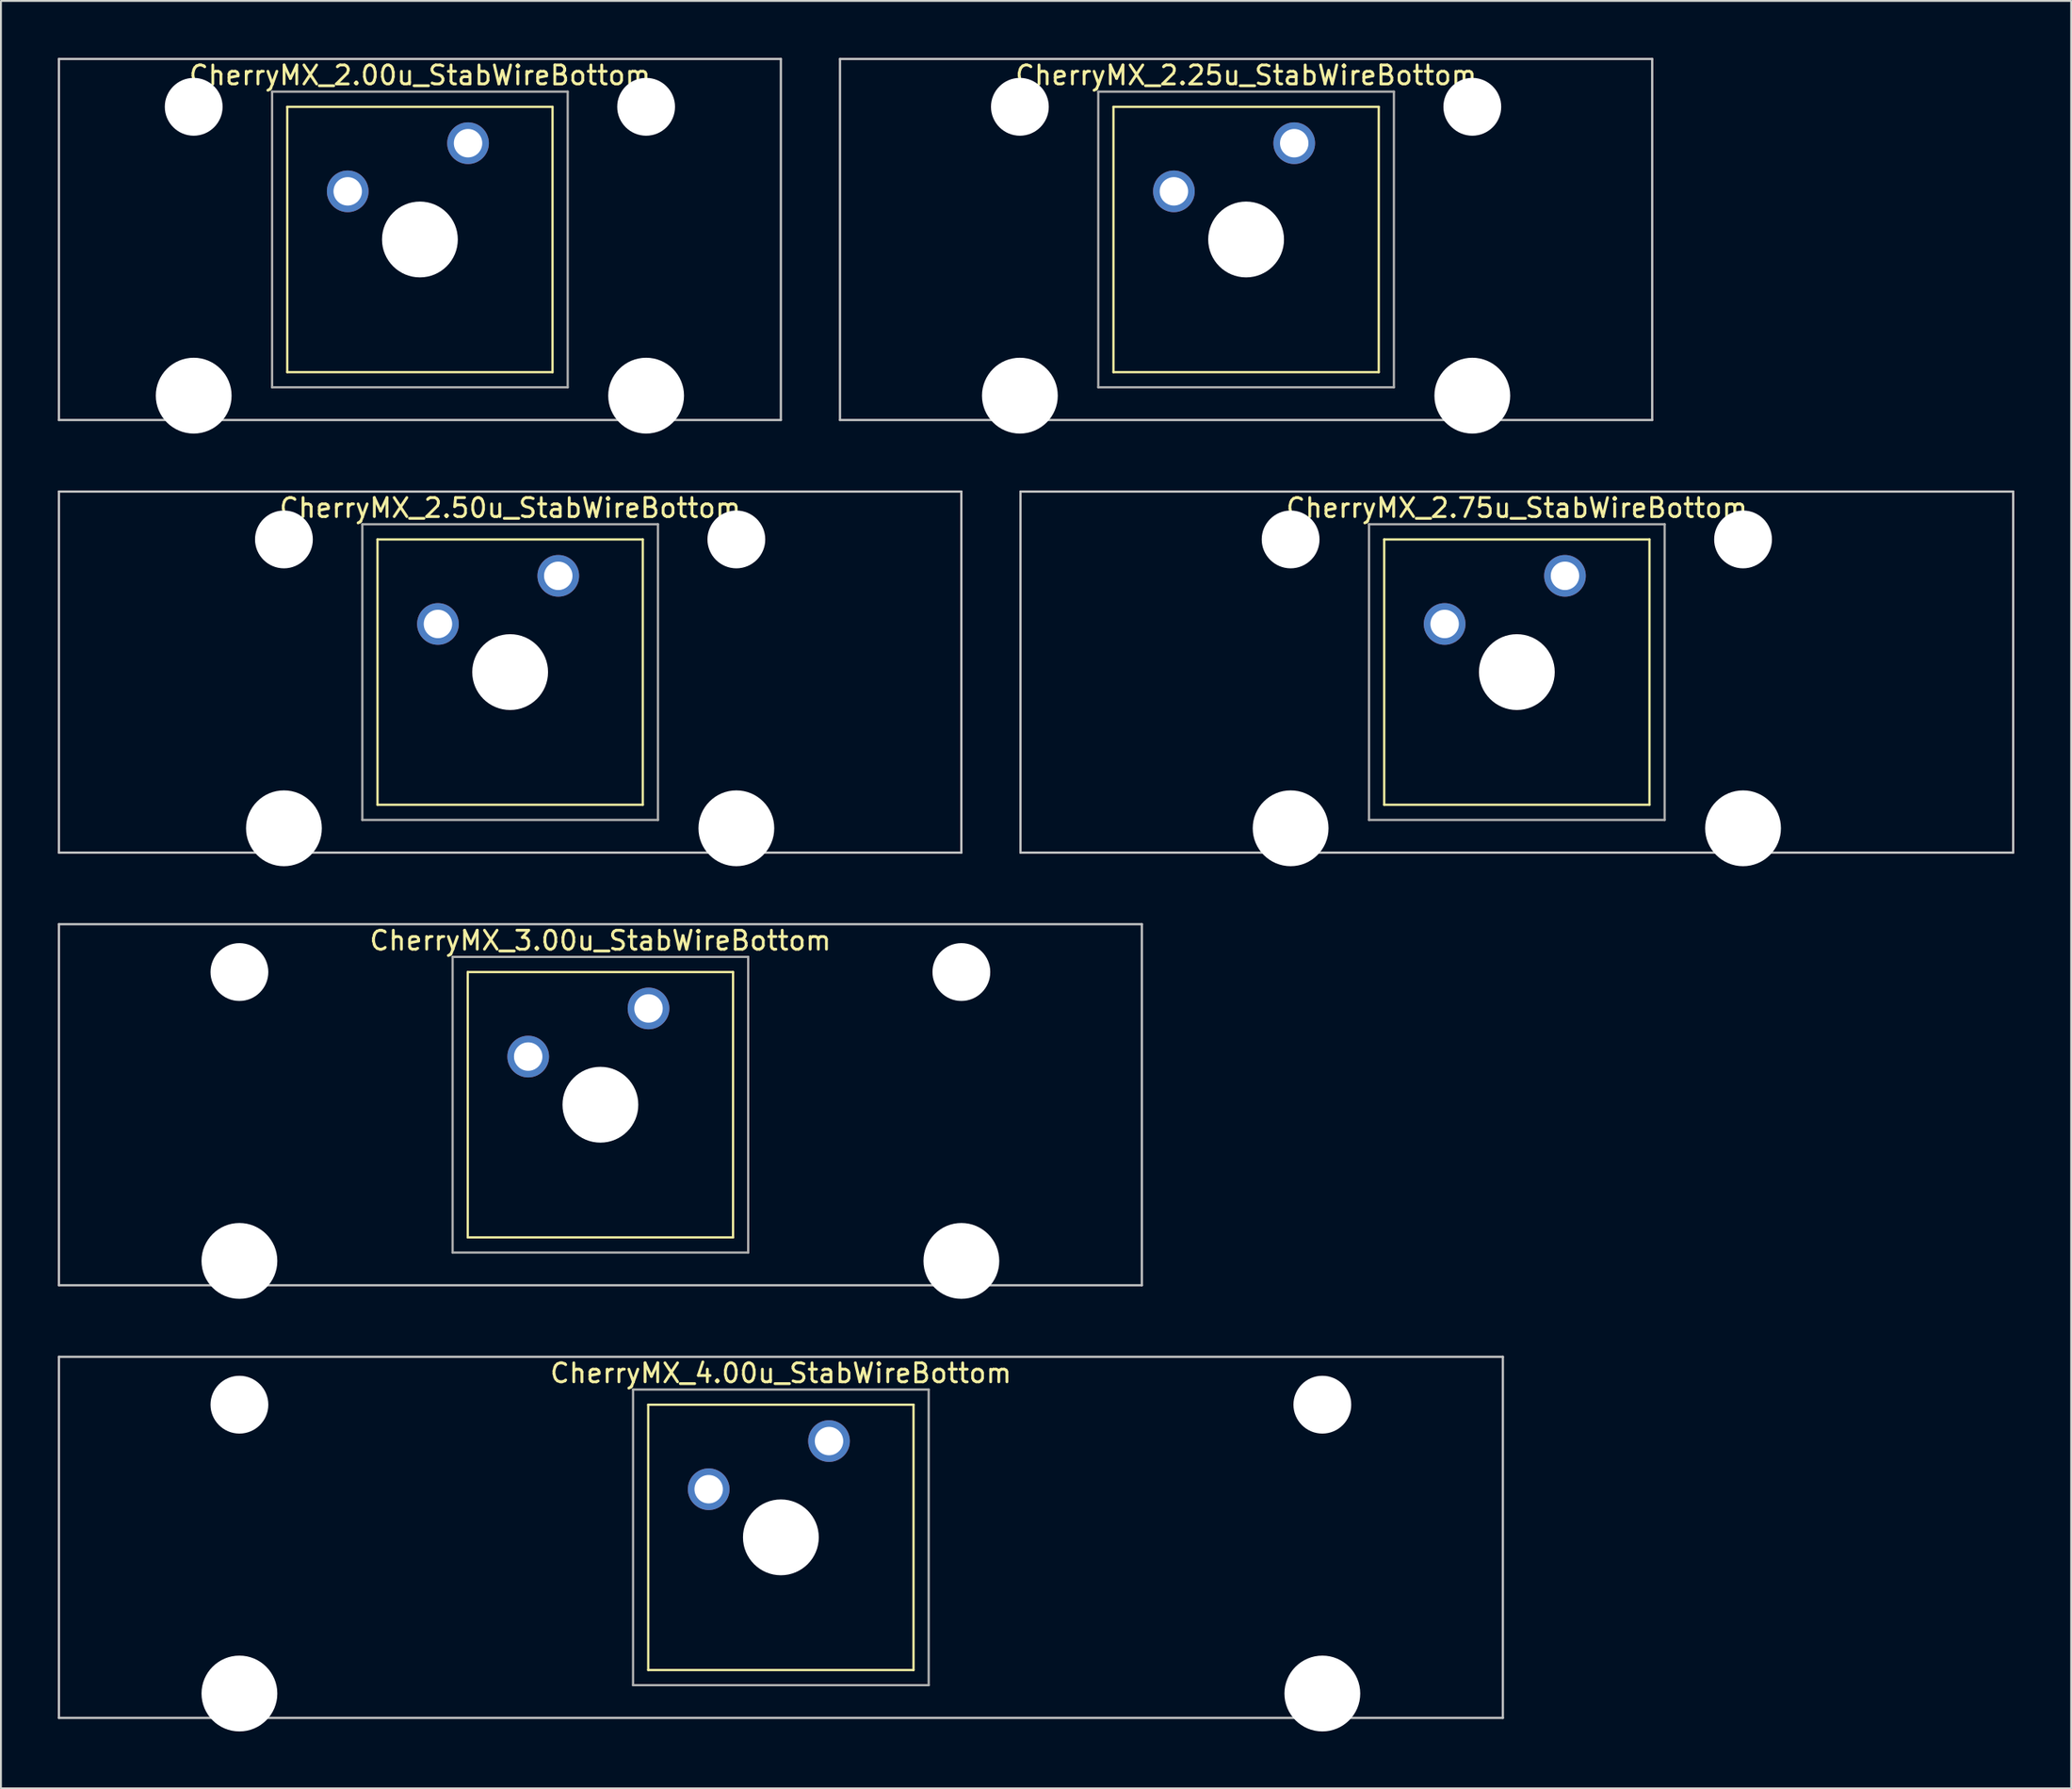
<source format=kicad_pcb>
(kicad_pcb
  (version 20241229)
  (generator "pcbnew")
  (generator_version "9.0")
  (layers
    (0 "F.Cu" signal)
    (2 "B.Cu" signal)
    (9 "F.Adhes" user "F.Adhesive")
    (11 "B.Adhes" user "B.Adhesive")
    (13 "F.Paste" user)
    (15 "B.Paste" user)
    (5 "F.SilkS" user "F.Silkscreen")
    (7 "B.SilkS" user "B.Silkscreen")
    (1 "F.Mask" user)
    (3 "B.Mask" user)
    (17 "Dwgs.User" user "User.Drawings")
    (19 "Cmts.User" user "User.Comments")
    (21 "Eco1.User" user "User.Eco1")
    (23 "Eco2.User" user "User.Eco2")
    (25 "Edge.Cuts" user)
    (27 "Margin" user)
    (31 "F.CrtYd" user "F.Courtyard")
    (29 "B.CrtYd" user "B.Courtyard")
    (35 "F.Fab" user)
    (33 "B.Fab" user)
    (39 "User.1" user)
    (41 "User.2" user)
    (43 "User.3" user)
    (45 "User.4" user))
  (footprint "CherryMX_3.00u_StabWireBottom"
    (layer "F.Cu")
    (at 28.635 55.235)
    (property "Reference" "CherryMX_3.00u_StabWireBottom" (at 0 -8.662 0) (layer "F.SilkS") (effects (font (size 1 1) (thickness 0.15))))
    (attr through_hole)
    (fp_line (start -7 -7) (end -7 7) (stroke (width 0.12) (type solid)) (layer "F.SilkS"))
    (fp_line (start -7 -7) (end 7 -7) (stroke (width 0.12) (type solid)) (layer "F.SilkS"))
    (fp_line (start 7 -7) (end 7 7) (stroke (width 0.12) (type solid)) (layer "F.SilkS"))
    (fp_line (start 7 7) (end -7 7) (stroke (width 0.12) (type solid)) (layer "F.SilkS"))
    (fp_line (start -28.575 -9.525) (end 28.575 -9.525) (stroke (width 0.12) (type solid)) (layer "Dwgs.User"))
    (fp_line (start -28.575 9.525) (end -28.575 -9.525) (stroke (width 0.12) (type solid)) (layer "Dwgs.User"))
    (fp_line (start 28.575 -9.525) (end 28.575 9.525) (stroke (width 0.12) (type solid)) (layer "Dwgs.User"))
    (fp_line (start 28.575 9.525) (end -28.575 9.525) (stroke (width 0.12) (type solid)) (layer "Dwgs.User"))
    (fp_line (start -7.8 -7.8) (end -7.8 7.8) (stroke (width 0.12) (type solid)) (layer "F.Fab"))
    (fp_line (start -7.8 -7.8) (end 7.8 -7.8) (stroke (width 0.12) (type solid)) (layer "F.Fab"))
    (fp_line (start -7.8 7.8) (end 7.8 7.8) (stroke (width 0.12) (type solid)) (layer "F.Fab"))
    (fp_line (start 7.8 -7.8) (end 7.8 7.8) (stroke (width 0.12) (type solid)) (layer "F.Fab"))
    (pad "" np_thru_hole circle (at -19.05 -7) (size 3.05 3.05) (drill 3.05) (layers "*.Cu" "*.Mask"))
    (pad "" np_thru_hole circle (at -19.05 8.24) (size 4 4) (drill 4) (layers "*.Cu" "*.Mask"))
    (pad "" np_thru_hole circle (at 0 0) (size 4 4) (drill 4) (layers "*.Cu" "*.Mask"))
    (pad "" np_thru_hole circle (at 19.05 -7) (size 3.05 3.05) (drill 3.05) (layers "*.Cu" "*.Mask"))
    (pad "" np_thru_hole circle (at 19.05 8.24) (size 4 4) (drill 4) (layers "*.Cu" "*.Mask"))
    (pad "1" thru_hole circle (at -3.81 -2.54) (size 2.2 2.2) (drill 1.5) (layers "*.Cu" "*.Mask"))
    (pad "2" thru_hole circle (at 2.54 -5.08) (size 2.2 2.2) (drill 1.5) (layers "*.Cu" "*.Mask")))
  (footprint "CherryMX_2.25u_StabWireBottom"
    (layer "F.Cu")
    (at 62.711 9.585)
    (property "Reference" "CherryMX_2.25u_StabWireBottom" (at 0 -8.662 0) (layer "F.SilkS") (effects (font (size 1 1) (thickness 0.15))))
    (attr through_hole)
    (fp_line (start -7 -7) (end -7 7) (stroke (width 0.12) (type solid)) (layer "F.SilkS"))
    (fp_line (start -7 -7) (end 7 -7) (stroke (width 0.12) (type solid)) (layer "F.SilkS"))
    (fp_line (start 7 -7) (end 7 7) (stroke (width 0.12) (type solid)) (layer "F.SilkS"))
    (fp_line (start 7 7) (end -7 7) (stroke (width 0.12) (type solid)) (layer "F.SilkS"))
    (fp_line (start -21.431 -9.525) (end 21.431 -9.525) (stroke (width 0.12) (type solid)) (layer "Dwgs.User"))
    (fp_line (start -21.431 9.525) (end -21.431 -9.525) (stroke (width 0.12) (type solid)) (layer "Dwgs.User"))
    (fp_line (start 21.431 -9.525) (end 21.431 9.525) (stroke (width 0.12) (type solid)) (layer "Dwgs.User"))
    (fp_line (start 21.431 9.525) (end -21.431 9.525) (stroke (width 0.12) (type solid)) (layer "Dwgs.User"))
    (fp_line (start -7.8 -7.8) (end -7.8 7.8) (stroke (width 0.12) (type solid)) (layer "F.Fab"))
    (fp_line (start -7.8 -7.8) (end 7.8 -7.8) (stroke (width 0.12) (type solid)) (layer "F.Fab"))
    (fp_line (start -7.8 7.8) (end 7.8 7.8) (stroke (width 0.12) (type solid)) (layer "F.Fab"))
    (fp_line (start 7.8 -7.8) (end 7.8 7.8) (stroke (width 0.12) (type solid)) (layer "F.Fab"))
    (pad "" np_thru_hole circle (at -11.938 -7) (size 3.05 3.05) (drill 3.05) (layers "*.Cu" "*.Mask"))
    (pad "" np_thru_hole circle (at -11.938 8.24) (size 4 4) (drill 4) (layers "*.Cu" "*.Mask"))
    (pad "" np_thru_hole circle (at 0 0) (size 4 4) (drill 4) (layers "*.Cu" "*.Mask"))
    (pad "" np_thru_hole circle (at 11.938 -7) (size 3.05 3.05) (drill 3.05) (layers "*.Cu" "*.Mask"))
    (pad "" np_thru_hole circle (at 11.938 8.24) (size 4 4) (drill 4) (layers "*.Cu" "*.Mask"))
    (pad "1" thru_hole circle (at -3.81 -2.54) (size 2.2 2.2) (drill 1.5) (layers "*.Cu" "*.Mask"))
    (pad "2" thru_hole circle (at 2.54 -5.08) (size 2.2 2.2) (drill 1.5) (layers "*.Cu" "*.Mask")))
  (footprint "CherryMX_4.00u_StabWireBottom"
    (layer "F.Cu")
    (at 38.16 78.06)
    (property "Reference" "CherryMX_4.00u_StabWireBottom" (at 0 -8.662 0) (layer "F.SilkS") (effects (font (size 1 1) (thickness 0.15))))
    (attr through_hole)
    (fp_line (start -7 -7) (end -7 7) (stroke (width 0.12) (type solid)) (layer "F.SilkS"))
    (fp_line (start -7 -7) (end 7 -7) (stroke (width 0.12) (type solid)) (layer "F.SilkS"))
    (fp_line (start 7 -7) (end 7 7) (stroke (width 0.12) (type solid)) (layer "F.SilkS"))
    (fp_line (start 7 7) (end -7 7) (stroke (width 0.12) (type solid)) (layer "F.SilkS"))
    (fp_line (start -38.1 -9.525) (end 38.1 -9.525) (stroke (width 0.12) (type solid)) (layer "Dwgs.User"))
    (fp_line (start -38.1 9.525) (end -38.1 -9.525) (stroke (width 0.12) (type solid)) (layer "Dwgs.User"))
    (fp_line (start 38.1 -9.525) (end 38.1 9.525) (stroke (width 0.12) (type solid)) (layer "Dwgs.User"))
    (fp_line (start 38.1 9.525) (end -38.1 9.525) (stroke (width 0.12) (type solid)) (layer "Dwgs.User"))
    (fp_line (start -7.8 -7.8) (end -7.8 7.8) (stroke (width 0.12) (type solid)) (layer "F.Fab"))
    (fp_line (start -7.8 -7.8) (end 7.8 -7.8) (stroke (width 0.12) (type solid)) (layer "F.Fab"))
    (fp_line (start -7.8 7.8) (end 7.8 7.8) (stroke (width 0.12) (type solid)) (layer "F.Fab"))
    (fp_line (start 7.8 -7.8) (end 7.8 7.8) (stroke (width 0.12) (type solid)) (layer "F.Fab"))
    (pad "" np_thru_hole circle (at -28.575 -7) (size 3.05 3.05) (drill 3.05) (layers "*.Cu" "*.Mask"))
    (pad "" np_thru_hole circle (at -28.575 8.24) (size 4 4) (drill 4) (layers "*.Cu" "*.Mask"))
    (pad "" np_thru_hole circle (at 0 0) (size 4 4) (drill 4) (layers "*.Cu" "*.Mask"))
    (pad "" np_thru_hole circle (at 28.575 -7) (size 3.05 3.05) (drill 3.05) (layers "*.Cu" "*.Mask"))
    (pad "" np_thru_hole circle (at 28.575 8.24) (size 4 4) (drill 4) (layers "*.Cu" "*.Mask"))
    (pad "1" thru_hole circle (at -3.81 -2.54) (size 2.2 2.2) (drill 1.5) (layers "*.Cu" "*.Mask"))
    (pad "2" thru_hole circle (at 2.54 -5.08) (size 2.2 2.2) (drill 1.5) (layers "*.Cu" "*.Mask")))
  (footprint "CherryMX_2.75u_StabWireBottom"
    (layer "F.Cu")
    (at 76.999 32.41)
    (property "Reference" "CherryMX_2.75u_StabWireBottom" (at 0 -8.662 0) (layer "F.SilkS") (effects (font (size 1 1) (thickness 0.15))))
    (attr through_hole)
    (fp_line (start -7 -7) (end -7 7) (stroke (width 0.12) (type solid)) (layer "F.SilkS"))
    (fp_line (start -7 -7) (end 7 -7) (stroke (width 0.12) (type solid)) (layer "F.SilkS"))
    (fp_line (start 7 -7) (end 7 7) (stroke (width 0.12) (type solid)) (layer "F.SilkS"))
    (fp_line (start 7 7) (end -7 7) (stroke (width 0.12) (type solid)) (layer "F.SilkS"))
    (fp_line (start -26.194 -9.525) (end 26.194 -9.525) (stroke (width 0.12) (type solid)) (layer "Dwgs.User"))
    (fp_line (start -26.194 9.525) (end -26.194 -9.525) (stroke (width 0.12) (type solid)) (layer "Dwgs.User"))
    (fp_line (start 26.194 -9.525) (end 26.194 9.525) (stroke (width 0.12) (type solid)) (layer "Dwgs.User"))
    (fp_line (start 26.194 9.525) (end -26.194 9.525) (stroke (width 0.12) (type solid)) (layer "Dwgs.User"))
    (fp_line (start -7.8 -7.8) (end -7.8 7.8) (stroke (width 0.12) (type solid)) (layer "F.Fab"))
    (fp_line (start -7.8 -7.8) (end 7.8 -7.8) (stroke (width 0.12) (type solid)) (layer "F.Fab"))
    (fp_line (start -7.8 7.8) (end 7.8 7.8) (stroke (width 0.12) (type solid)) (layer "F.Fab"))
    (fp_line (start 7.8 -7.8) (end 7.8 7.8) (stroke (width 0.12) (type solid)) (layer "F.Fab"))
    (pad "" np_thru_hole circle (at -11.938 -7) (size 3.05 3.05) (drill 3.05) (layers "*.Cu" "*.Mask"))
    (pad "" np_thru_hole circle (at -11.938 8.24) (size 4 4) (drill 4) (layers "*.Cu" "*.Mask"))
    (pad "" np_thru_hole circle (at 0 0) (size 4 4) (drill 4) (layers "*.Cu" "*.Mask"))
    (pad "" np_thru_hole circle (at 11.938 -7) (size 3.05 3.05) (drill 3.05) (layers "*.Cu" "*.Mask"))
    (pad "" np_thru_hole circle (at 11.938 8.24) (size 4 4) (drill 4) (layers "*.Cu" "*.Mask"))
    (pad "1" thru_hole circle (at -3.81 -2.54) (size 2.2 2.2) (drill 1.5) (layers "*.Cu" "*.Mask"))
    (pad "2" thru_hole circle (at 2.54 -5.08) (size 2.2 2.2) (drill 1.5) (layers "*.Cu" "*.Mask")))
  (footprint "CherryMX_2.50u_StabWireBottom"
    (layer "F.Cu")
    (at 23.872 32.41)
    (property "Reference" "CherryMX_2.50u_StabWireBottom" (at 0 -8.662 0) (layer "F.SilkS") (effects (font (size 1 1) (thickness 0.15))))
    (attr through_hole)
    (fp_line (start -7 -7) (end -7 7) (stroke (width 0.12) (type solid)) (layer "F.SilkS"))
    (fp_line (start -7 -7) (end 7 -7) (stroke (width 0.12) (type solid)) (layer "F.SilkS"))
    (fp_line (start 7 -7) (end 7 7) (stroke (width 0.12) (type solid)) (layer "F.SilkS"))
    (fp_line (start 7 7) (end -7 7) (stroke (width 0.12) (type solid)) (layer "F.SilkS"))
    (fp_line (start -23.812 -9.525) (end 23.812 -9.525) (stroke (width 0.12) (type solid)) (layer "Dwgs.User"))
    (fp_line (start -23.812 9.525) (end -23.812 -9.525) (stroke (width 0.12) (type solid)) (layer "Dwgs.User"))
    (fp_line (start 23.812 -9.525) (end 23.812 9.525) (stroke (width 0.12) (type solid)) (layer "Dwgs.User"))
    (fp_line (start 23.812 9.525) (end -23.812 9.525) (stroke (width 0.12) (type solid)) (layer "Dwgs.User"))
    (fp_line (start -7.8 -7.8) (end -7.8 7.8) (stroke (width 0.12) (type solid)) (layer "F.Fab"))
    (fp_line (start -7.8 -7.8) (end 7.8 -7.8) (stroke (width 0.12) (type solid)) (layer "F.Fab"))
    (fp_line (start -7.8 7.8) (end 7.8 7.8) (stroke (width 0.12) (type solid)) (layer "F.Fab"))
    (fp_line (start 7.8 -7.8) (end 7.8 7.8) (stroke (width 0.12) (type solid)) (layer "F.Fab"))
    (pad "" np_thru_hole circle (at -11.938 -7) (size 3.05 3.05) (drill 3.05) (layers "*.Cu" "*.Mask"))
    (pad "" np_thru_hole circle (at -11.938 8.24) (size 4 4) (drill 4) (layers "*.Cu" "*.Mask"))
    (pad "" np_thru_hole circle (at 0 0) (size 4 4) (drill 4) (layers "*.Cu" "*.Mask"))
    (pad "" np_thru_hole circle (at 11.938 -7) (size 3.05 3.05) (drill 3.05) (layers "*.Cu" "*.Mask"))
    (pad "" np_thru_hole circle (at 11.938 8.24) (size 4 4) (drill 4) (layers "*.Cu" "*.Mask"))
    (pad "1" thru_hole circle (at -3.81 -2.54) (size 2.2 2.2) (drill 1.5) (layers "*.Cu" "*.Mask"))
    (pad "2" thru_hole circle (at 2.54 -5.08) (size 2.2 2.2) (drill 1.5) (layers "*.Cu" "*.Mask")))
  (footprint "CherryMX_2.00u_StabWireBottom"
    (layer "F.Cu")
    (at 19.11 9.585)
    (property "Reference" "CherryMX_2.00u_StabWireBottom" (at 0 -8.662 0) (layer "F.SilkS") (effects (font (size 1 1) (thickness 0.15))))
    (attr through_hole)
    (fp_line (start -7 -7) (end -7 7) (stroke (width 0.12) (type solid)) (layer "F.SilkS"))
    (fp_line (start -7 -7) (end 7 -7) (stroke (width 0.12) (type solid)) (layer "F.SilkS"))
    (fp_line (start 7 -7) (end 7 7) (stroke (width 0.12) (type solid)) (layer "F.SilkS"))
    (fp_line (start 7 7) (end -7 7) (stroke (width 0.12) (type solid)) (layer "F.SilkS"))
    (fp_line (start -19.05 -9.525) (end 19.05 -9.525) (stroke (width 0.12) (type solid)) (layer "Dwgs.User"))
    (fp_line (start -19.05 9.525) (end -19.05 -9.525) (stroke (width 0.12) (type solid)) (layer "Dwgs.User"))
    (fp_line (start 19.05 -9.525) (end 19.05 9.525) (stroke (width 0.12) (type solid)) (layer "Dwgs.User"))
    (fp_line (start 19.05 9.525) (end -19.05 9.525) (stroke (width 0.12) (type solid)) (layer "Dwgs.User"))
    (fp_line (start -7.8 -7.8) (end -7.8 7.8) (stroke (width 0.12) (type solid)) (layer "F.Fab"))
    (fp_line (start -7.8 -7.8) (end 7.8 -7.8) (stroke (width 0.12) (type solid)) (layer "F.Fab"))
    (fp_line (start -7.8 7.8) (end 7.8 7.8) (stroke (width 0.12) (type solid)) (layer "F.Fab"))
    (fp_line (start 7.8 -7.8) (end 7.8 7.8) (stroke (width 0.12) (type solid)) (layer "F.Fab"))
    (pad "" np_thru_hole circle (at -11.938 -7) (size 3.05 3.05) (drill 3.05) (layers "*.Cu" "*.Mask"))
    (pad "" np_thru_hole circle (at -11.938 8.24) (size 4 4) (drill 4) (layers "*.Cu" "*.Mask"))
    (pad "" np_thru_hole circle (at 0 0) (size 4 4) (drill 4) (layers "*.Cu" "*.Mask"))
    (pad "" np_thru_hole circle (at 11.938 -7) (size 3.05 3.05) (drill 3.05) (layers "*.Cu" "*.Mask"))
    (pad "" np_thru_hole circle (at 11.938 8.24) (size 4 4) (drill 4) (layers "*.Cu" "*.Mask"))
    (pad "1" thru_hole circle (at -3.81 -2.54) (size 2.2 2.2) (drill 1.5) (layers "*.Cu" "*.Mask"))
    (pad "2" thru_hole circle (at 2.54 -5.08) (size 2.2 2.2) (drill 1.5) (layers "*.Cu" "*.Mask")))
  (gr_rect
    (start -3 -3)
    (end 106.252 91.3)
    (stroke (width 0.1) (type default))
    (fill no)
    (layer "Edge.Cuts")))
</source>
